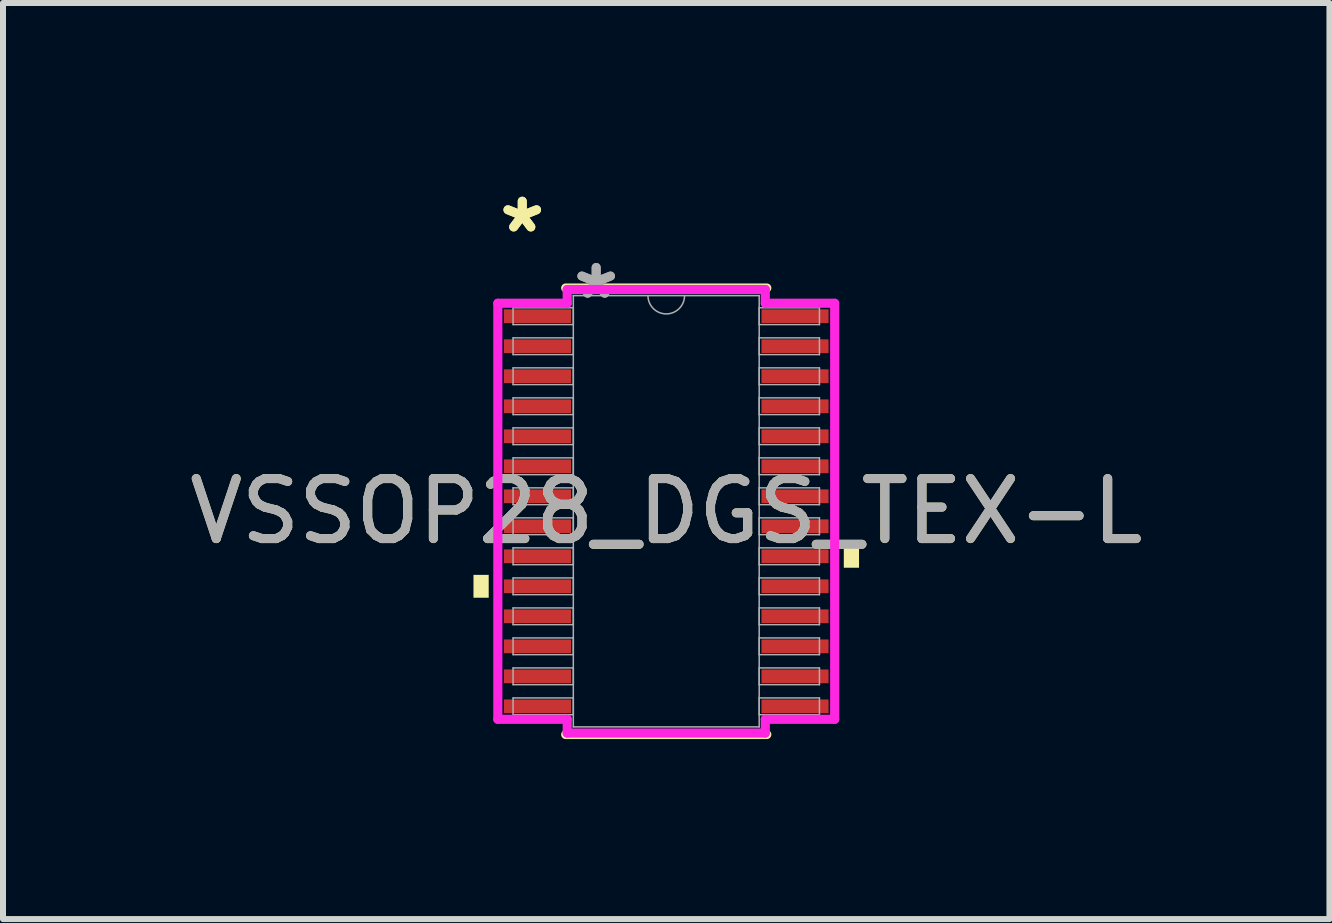
<source format=kicad_pcb>
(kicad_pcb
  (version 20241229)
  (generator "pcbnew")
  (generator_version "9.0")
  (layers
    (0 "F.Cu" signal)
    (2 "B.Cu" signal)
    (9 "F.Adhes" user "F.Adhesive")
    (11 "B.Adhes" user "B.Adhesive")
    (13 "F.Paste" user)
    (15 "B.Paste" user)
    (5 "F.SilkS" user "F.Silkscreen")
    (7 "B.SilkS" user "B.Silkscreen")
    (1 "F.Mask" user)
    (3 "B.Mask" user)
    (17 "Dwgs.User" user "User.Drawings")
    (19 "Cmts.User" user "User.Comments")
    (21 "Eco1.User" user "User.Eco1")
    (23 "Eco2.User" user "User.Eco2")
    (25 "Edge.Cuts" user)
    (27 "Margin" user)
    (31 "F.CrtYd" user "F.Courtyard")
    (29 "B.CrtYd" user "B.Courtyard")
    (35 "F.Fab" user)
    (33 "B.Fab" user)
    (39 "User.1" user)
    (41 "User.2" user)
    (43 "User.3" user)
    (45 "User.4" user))
  (footprint "VSSOP28_DGS_TEX-L"
    (layer "F.Cu")
    (at 8.054 5.471)
    (property "Reference" "VSSOP28_DGS_TEX-L" (at 0 0 0) (unlocked yes) (layer "F.SilkS") (effects (font (size 1 1) (thickness 0.15))))
    (attr smd)
    (fp_line (start -1.676 3.721) (end 1.676 3.721) (stroke (width 0.152) (type solid)) (layer "F.SilkS"))
    (fp_line (start 1.676 -3.721) (end -1.676 -3.721) (stroke (width 0.152) (type solid)) (layer "F.SilkS"))
    (fp_poly (pts (xy -3.213 1.06) (xy -3.213 1.441) (xy -2.959 1.441) (xy -2.959 1.06)) (stroke (width 0) (type solid)) (fill yes) (layer "F.SilkS"))
    (fp_poly (pts (xy 3.213 0.56) (xy 3.213 0.941) (xy 2.959 0.941) (xy 2.959 0.56)) (stroke (width 0) (type solid)) (fill yes) (layer "F.SilkS"))
    (fp_line (start -2.807 -3.467) (end -1.651 -3.467) (stroke (width 0.152) (type solid)) (layer "F.CrtYd"))
    (fp_line (start -2.807 3.467) (end -2.807 -3.467) (stroke (width 0.152) (type solid)) (layer "F.CrtYd"))
    (fp_line (start -2.807 3.467) (end -1.651 3.467) (stroke (width 0.152) (type solid)) (layer "F.CrtYd"))
    (fp_line (start -1.651 -3.696) (end 1.651 -3.696) (stroke (width 0.152) (type solid)) (layer "F.CrtYd"))
    (fp_line (start -1.651 -3.467) (end -1.651 -3.696) (stroke (width 0.152) (type solid)) (layer "F.CrtYd"))
    (fp_line (start -1.651 3.696) (end -1.651 3.467) (stroke (width 0.152) (type solid)) (layer "F.CrtYd"))
    (fp_line (start 1.651 -3.696) (end 1.651 -3.467) (stroke (width 0.152) (type solid)) (layer "F.CrtYd"))
    (fp_line (start 1.651 3.467) (end 1.651 3.696) (stroke (width 0.152) (type solid)) (layer "F.CrtYd"))
    (fp_line (start 1.651 3.696) (end -1.651 3.696) (stroke (width 0.152) (type solid)) (layer "F.CrtYd"))
    (fp_line (start 2.807 -3.467) (end 1.651 -3.467) (stroke (width 0.152) (type solid)) (layer "F.CrtYd"))
    (fp_line (start 2.807 -3.467) (end 2.807 3.467) (stroke (width 0.152) (type solid)) (layer "F.CrtYd"))
    (fp_line (start 2.807 3.467) (end 1.651 3.467) (stroke (width 0.152) (type solid)) (layer "F.CrtYd"))
    (fp_line (start -2.553 -3.391) (end -2.553 -3.111) (stroke (width 0.025) (type solid)) (layer "F.Fab"))
    (fp_line (start -2.553 -3.111) (end -1.549 -3.111) (stroke (width 0.025) (type solid)) (layer "F.Fab"))
    (fp_line (start -2.553 -2.89) (end -2.553 -2.611) (stroke (width 0.025) (type solid)) (layer "F.Fab"))
    (fp_line (start -2.553 -2.611) (end -1.549 -2.611) (stroke (width 0.025) (type solid)) (layer "F.Fab"))
    (fp_line (start -2.553 -2.39) (end -2.553 -2.111) (stroke (width 0.025) (type solid)) (layer "F.Fab"))
    (fp_line (start -2.553 -2.111) (end -1.549 -2.111) (stroke (width 0.025) (type solid)) (layer "F.Fab"))
    (fp_line (start -2.553 -1.89) (end -2.553 -1.611) (stroke (width 0.025) (type solid)) (layer "F.Fab"))
    (fp_line (start -2.553 -1.611) (end -1.549 -1.611) (stroke (width 0.025) (type solid)) (layer "F.Fab"))
    (fp_line (start -2.553 -1.39) (end -2.553 -1.111) (stroke (width 0.025) (type solid)) (layer "F.Fab"))
    (fp_line (start -2.553 -1.111) (end -1.549 -1.111) (stroke (width 0.025) (type solid)) (layer "F.Fab"))
    (fp_line (start -2.553 -0.89) (end -2.553 -0.61) (stroke (width 0.025) (type solid)) (layer "F.Fab"))
    (fp_line (start -2.553 -0.61) (end -1.549 -0.61) (stroke (width 0.025) (type solid)) (layer "F.Fab"))
    (fp_line (start -2.553 -0.39) (end -2.553 -0.11) (stroke (width 0.025) (type solid)) (layer "F.Fab"))
    (fp_line (start -2.553 -0.11) (end -1.549 -0.11) (stroke (width 0.025) (type solid)) (layer "F.Fab"))
    (fp_line (start -2.553 0.11) (end -2.553 0.39) (stroke (width 0.025) (type solid)) (layer "F.Fab"))
    (fp_line (start -2.553 0.39) (end -1.549 0.39) (stroke (width 0.025) (type solid)) (layer "F.Fab"))
    (fp_line (start -2.553 0.61) (end -2.553 0.89) (stroke (width 0.025) (type solid)) (layer "F.Fab"))
    (fp_line (start -2.553 0.89) (end -1.549 0.89) (stroke (width 0.025) (type solid)) (layer "F.Fab"))
    (fp_line (start -2.553 1.111) (end -2.553 1.39) (stroke (width 0.025) (type solid)) (layer "F.Fab"))
    (fp_line (start -2.553 1.39) (end -1.549 1.39) (stroke (width 0.025) (type solid)) (layer "F.Fab"))
    (fp_line (start -2.553 1.611) (end -2.553 1.89) (stroke (width 0.025) (type solid)) (layer "F.Fab"))
    (fp_line (start -2.553 1.89) (end -1.549 1.89) (stroke (width 0.025) (type solid)) (layer "F.Fab"))
    (fp_line (start -2.553 2.111) (end -2.553 2.39) (stroke (width 0.025) (type solid)) (layer "F.Fab"))
    (fp_line (start -2.553 2.39) (end -1.549 2.39) (stroke (width 0.025) (type solid)) (layer "F.Fab"))
    (fp_line (start -2.553 2.611) (end -2.553 2.89) (stroke (width 0.025) (type solid)) (layer "F.Fab"))
    (fp_line (start -2.553 2.89) (end -1.549 2.89) (stroke (width 0.025) (type solid)) (layer "F.Fab"))
    (fp_line (start -2.553 3.111) (end -2.553 3.391) (stroke (width 0.025) (type solid)) (layer "F.Fab"))
    (fp_line (start -2.553 3.391) (end -1.549 3.391) (stroke (width 0.025) (type solid)) (layer "F.Fab"))
    (fp_line (start -1.549 -3.594) (end -1.549 3.594) (stroke (width 0.025) (type solid)) (layer "F.Fab"))
    (fp_line (start -1.549 -3.391) (end -2.553 -3.391) (stroke (width 0.025) (type solid)) (layer "F.Fab"))
    (fp_line (start -1.549 -3.111) (end -1.549 -3.391) (stroke (width 0.025) (type solid)) (layer "F.Fab"))
    (fp_line (start -1.549 -2.89) (end -2.553 -2.89) (stroke (width 0.025) (type solid)) (layer "F.Fab"))
    (fp_line (start -1.549 -2.611) (end -1.549 -2.89) (stroke (width 0.025) (type solid)) (layer "F.Fab"))
    (fp_line (start -1.549 -2.39) (end -2.553 -2.39) (stroke (width 0.025) (type solid)) (layer "F.Fab"))
    (fp_line (start -1.549 -2.111) (end -1.549 -2.39) (stroke (width 0.025) (type solid)) (layer "F.Fab"))
    (fp_line (start -1.549 -1.89) (end -2.553 -1.89) (stroke (width 0.025) (type solid)) (layer "F.Fab"))
    (fp_line (start -1.549 -1.611) (end -1.549 -1.89) (stroke (width 0.025) (type solid)) (layer "F.Fab"))
    (fp_line (start -1.549 -1.39) (end -2.553 -1.39) (stroke (width 0.025) (type solid)) (layer "F.Fab"))
    (fp_line (start -1.549 -1.111) (end -1.549 -1.39) (stroke (width 0.025) (type solid)) (layer "F.Fab"))
    (fp_line (start -1.549 -0.89) (end -2.553 -0.89) (stroke (width 0.025) (type solid)) (layer "F.Fab"))
    (fp_line (start -1.549 -0.61) (end -1.549 -0.89) (stroke (width 0.025) (type solid)) (layer "F.Fab"))
    (fp_line (start -1.549 -0.39) (end -2.553 -0.39) (stroke (width 0.025) (type solid)) (layer "F.Fab"))
    (fp_line (start -1.549 -0.11) (end -1.549 -0.39) (stroke (width 0.025) (type solid)) (layer "F.Fab"))
    (fp_line (start -1.549 0.11) (end -2.553 0.11) (stroke (width 0.025) (type solid)) (layer "F.Fab"))
    (fp_line (start -1.549 0.39) (end -1.549 0.11) (stroke (width 0.025) (type solid)) (layer "F.Fab"))
    (fp_line (start -1.549 0.61) (end -2.553 0.61) (stroke (width 0.025) (type solid)) (layer "F.Fab"))
    (fp_line (start -1.549 0.89) (end -1.549 0.61) (stroke (width 0.025) (type solid)) (layer "F.Fab"))
    (fp_line (start -1.549 1.111) (end -2.553 1.111) (stroke (width 0.025) (type solid)) (layer "F.Fab"))
    (fp_line (start -1.549 1.39) (end -1.549 1.111) (stroke (width 0.025) (type solid)) (layer "F.Fab"))
    (fp_line (start -1.549 1.611) (end -2.553 1.611) (stroke (width 0.025) (type solid)) (layer "F.Fab"))
    (fp_line (start -1.549 1.89) (end -1.549 1.611) (stroke (width 0.025) (type solid)) (layer "F.Fab"))
    (fp_line (start -1.549 2.111) (end -2.553 2.111) (stroke (width 0.025) (type solid)) (layer "F.Fab"))
    (fp_line (start -1.549 2.39) (end -1.549 2.111) (stroke (width 0.025) (type solid)) (layer "F.Fab"))
    (fp_line (start -1.549 2.611) (end -2.553 2.611) (stroke (width 0.025) (type solid)) (layer "F.Fab"))
    (fp_line (start -1.549 2.89) (end -1.549 2.611) (stroke (width 0.025) (type solid)) (layer "F.Fab"))
    (fp_line (start -1.549 3.111) (end -2.553 3.111) (stroke (width 0.025) (type solid)) (layer "F.Fab"))
    (fp_line (start -1.549 3.391) (end -1.549 3.111) (stroke (width 0.025) (type solid)) (layer "F.Fab"))
    (fp_line (start -1.549 3.594) (end 1.549 3.594) (stroke (width 0.025) (type solid)) (layer "F.Fab"))
    (fp_line (start 1.549 -3.594) (end -1.549 -3.594) (stroke (width 0.025) (type solid)) (layer "F.Fab"))
    (fp_line (start 1.549 -3.391) (end 1.549 -3.111) (stroke (width 0.025) (type solid)) (layer "F.Fab"))
    (fp_line (start 1.549 -3.111) (end 2.553 -3.111) (stroke (width 0.025) (type solid)) (layer "F.Fab"))
    (fp_line (start 1.549 -2.89) (end 1.549 -2.611) (stroke (width 0.025) (type solid)) (layer "F.Fab"))
    (fp_line (start 1.549 -2.611) (end 2.553 -2.611) (stroke (width 0.025) (type solid)) (layer "F.Fab"))
    (fp_line (start 1.549 -2.39) (end 1.549 -2.111) (stroke (width 0.025) (type solid)) (layer "F.Fab"))
    (fp_line (start 1.549 -2.111) (end 2.553 -2.111) (stroke (width 0.025) (type solid)) (layer "F.Fab"))
    (fp_line (start 1.549 -1.89) (end 1.549 -1.611) (stroke (width 0.025) (type solid)) (layer "F.Fab"))
    (fp_line (start 1.549 -1.611) (end 2.553 -1.611) (stroke (width 0.025) (type solid)) (layer "F.Fab"))
    (fp_line (start 1.549 -1.39) (end 1.549 -1.111) (stroke (width 0.025) (type solid)) (layer "F.Fab"))
    (fp_line (start 1.549 -1.111) (end 2.553 -1.111) (stroke (width 0.025) (type solid)) (layer "F.Fab"))
    (fp_line (start 1.549 -0.89) (end 1.549 -0.61) (stroke (width 0.025) (type solid)) (layer "F.Fab"))
    (fp_line (start 1.549 -0.61) (end 2.553 -0.61) (stroke (width 0.025) (type solid)) (layer "F.Fab"))
    (fp_line (start 1.549 -0.39) (end 1.549 -0.11) (stroke (width 0.025) (type solid)) (layer "F.Fab"))
    (fp_line (start 1.549 -0.11) (end 2.553 -0.11) (stroke (width 0.025) (type solid)) (layer "F.Fab"))
    (fp_line (start 1.549 0.11) (end 1.549 0.39) (stroke (width 0.025) (type solid)) (layer "F.Fab"))
    (fp_line (start 1.549 0.39) (end 2.553 0.39) (stroke (width 0.025) (type solid)) (layer "F.Fab"))
    (fp_line (start 1.549 0.61) (end 1.549 0.89) (stroke (width 0.025) (type solid)) (layer "F.Fab"))
    (fp_line (start 1.549 0.89) (end 2.553 0.89) (stroke (width 0.025) (type solid)) (layer "F.Fab"))
    (fp_line (start 1.549 1.111) (end 1.549 1.39) (stroke (width 0.025) (type solid)) (layer "F.Fab"))
    (fp_line (start 1.549 1.39) (end 2.553 1.39) (stroke (width 0.025) (type solid)) (layer "F.Fab"))
    (fp_line (start 1.549 1.611) (end 1.549 1.89) (stroke (width 0.025) (type solid)) (layer "F.Fab"))
    (fp_line (start 1.549 1.89) (end 2.553 1.89) (stroke (width 0.025) (type solid)) (layer "F.Fab"))
    (fp_line (start 1.549 2.111) (end 1.549 2.39) (stroke (width 0.025) (type solid)) (layer "F.Fab"))
    (fp_line (start 1.549 2.39) (end 2.553 2.39) (stroke (width 0.025) (type solid)) (layer "F.Fab"))
    (fp_line (start 1.549 2.611) (end 1.549 2.89) (stroke (width 0.025) (type solid)) (layer "F.Fab"))
    (fp_line (start 1.549 2.89) (end 2.553 2.89) (stroke (width 0.025) (type solid)) (layer "F.Fab"))
    (fp_line (start 1.549 3.111) (end 1.549 3.391) (stroke (width 0.025) (type solid)) (layer "F.Fab"))
    (fp_line (start 1.549 3.391) (end 2.553 3.391) (stroke (width 0.025) (type solid)) (layer "F.Fab"))
    (fp_line (start 1.549 3.594) (end 1.549 -3.594) (stroke (width 0.025) (type solid)) (layer "F.Fab"))
    (fp_line (start 2.553 -3.391) (end 1.549 -3.391) (stroke (width 0.025) (type solid)) (layer "F.Fab"))
    (fp_line (start 2.553 -3.111) (end 2.553 -3.391) (stroke (width 0.025) (type solid)) (layer "F.Fab"))
    (fp_line (start 2.553 -2.89) (end 1.549 -2.89) (stroke (width 0.025) (type solid)) (layer "F.Fab"))
    (fp_line (start 2.553 -2.611) (end 2.553 -2.89) (stroke (width 0.025) (type solid)) (layer "F.Fab"))
    (fp_line (start 2.553 -2.39) (end 1.549 -2.39) (stroke (width 0.025) (type solid)) (layer "F.Fab"))
    (fp_line (start 2.553 -2.111) (end 2.553 -2.39) (stroke (width 0.025) (type solid)) (layer "F.Fab"))
    (fp_line (start 2.553 -1.89) (end 1.549 -1.89) (stroke (width 0.025) (type solid)) (layer "F.Fab"))
    (fp_line (start 2.553 -1.611) (end 2.553 -1.89) (stroke (width 0.025) (type solid)) (layer "F.Fab"))
    (fp_line (start 2.553 -1.39) (end 1.549 -1.39) (stroke (width 0.025) (type solid)) (layer "F.Fab"))
    (fp_line (start 2.553 -1.111) (end 2.553 -1.39) (stroke (width 0.025) (type solid)) (layer "F.Fab"))
    (fp_line (start 2.553 -0.89) (end 1.549 -0.89) (stroke (width 0.025) (type solid)) (layer "F.Fab"))
    (fp_line (start 2.553 -0.61) (end 2.553 -0.89) (stroke (width 0.025) (type solid)) (layer "F.Fab"))
    (fp_line (start 2.553 -0.39) (end 1.549 -0.39) (stroke (width 0.025) (type solid)) (layer "F.Fab"))
    (fp_line (start 2.553 -0.11) (end 2.553 -0.39) (stroke (width 0.025) (type solid)) (layer "F.Fab"))
    (fp_line (start 2.553 0.11) (end 1.549 0.11) (stroke (width 0.025) (type solid)) (layer "F.Fab"))
    (fp_line (start 2.553 0.39) (end 2.553 0.11) (stroke (width 0.025) (type solid)) (layer "F.Fab"))
    (fp_line (start 2.553 0.61) (end 1.549 0.61) (stroke (width 0.025) (type solid)) (layer "F.Fab"))
    (fp_line (start 2.553 0.89) (end 2.553 0.61) (stroke (width 0.025) (type solid)) (layer "F.Fab"))
    (fp_line (start 2.553 1.111) (end 1.549 1.111) (stroke (width 0.025) (type solid)) (layer "F.Fab"))
    (fp_line (start 2.553 1.39) (end 2.553 1.111) (stroke (width 0.025) (type solid)) (layer "F.Fab"))
    (fp_line (start 2.553 1.611) (end 1.549 1.611) (stroke (width 0.025) (type solid)) (layer "F.Fab"))
    (fp_line (start 2.553 1.89) (end 2.553 1.611) (stroke (width 0.025) (type solid)) (layer "F.Fab"))
    (fp_line (start 2.553 2.111) (end 1.549 2.111) (stroke (width 0.025) (type solid)) (layer "F.Fab"))
    (fp_line (start 2.553 2.39) (end 2.553 2.111) (stroke (width 0.025) (type solid)) (layer "F.Fab"))
    (fp_line (start 2.553 2.611) (end 1.549 2.611) (stroke (width 0.025) (type solid)) (layer "F.Fab"))
    (fp_line (start 2.553 2.89) (end 2.553 2.611) (stroke (width 0.025) (type solid)) (layer "F.Fab"))
    (fp_line (start 2.553 3.111) (end 1.549 3.111) (stroke (width 0.025) (type solid)) (layer "F.Fab"))
    (fp_line (start 2.553 3.391) (end 2.553 3.111) (stroke (width 0.025) (type solid)) (layer "F.Fab"))
    (fp_arc (start 0.3048 -3.5941) (mid 0 -3.2893) (end -0.3048 -3.5941) (stroke (width 0.0254) (type solid)) (layer "F.Fab"))
    (fp_text user "*" (at -2.4 -4.622 0) (layer "F.SilkS") (effects (font (size 1 1) (thickness 0.15))))
    (fp_text user "*" (at -2.4 -4.622 0) (unlocked yes) (layer "F.SilkS") (effects (font (size 1 1) (thickness 0.15))))
    (fp_text user "*" (at -1.168 -3.518 0) (unlocked yes) (layer "F.Fab") (effects (font (size 1 1) (thickness 0.15))))
    (fp_text user "${REFERENCE}" (at 0 0 0) (unlocked yes) (layer "F.Fab") (effects (font (size 1 1) (thickness 0.15))))
    (fp_text user "*" (at -1.168 -3.518 0) (layer "F.Fab") (effects (font (size 1 1) (thickness 0.15))))
    (pad "1" smd rect (at -2.146 -3.251) (size 1.118 0.229) (layers "F.Cu" "F.Mask" "F.Paste"))
    (pad "2" smd rect (at -2.146 -2.751) (size 1.118 0.229) (layers "F.Cu" "F.Mask" "F.Paste"))
    (pad "3" smd rect (at -2.146 -2.251) (size 1.118 0.229) (layers "F.Cu" "F.Mask" "F.Paste"))
    (pad "4" smd rect (at -2.146 -1.75) (size 1.118 0.229) (layers "F.Cu" "F.Mask" "F.Paste"))
    (pad "5" smd rect (at -2.146 -1.25) (size 1.118 0.229) (layers "F.Cu" "F.Mask" "F.Paste"))
    (pad "6" smd rect (at -2.146 -0.75) (size 1.118 0.229) (layers "F.Cu" "F.Mask" "F.Paste"))
    (pad "7" smd rect (at -2.146 -0.25) (size 1.118 0.229) (layers "F.Cu" "F.Mask" "F.Paste"))
    (pad "8" smd rect (at -2.146 0.25) (size 1.118 0.229) (layers "F.Cu" "F.Mask" "F.Paste"))
    (pad "9" smd rect (at -2.146 0.75) (size 1.118 0.229) (layers "F.Cu" "F.Mask" "F.Paste"))
    (pad "10" smd rect (at -2.146 1.25) (size 1.118 0.229) (layers "F.Cu" "F.Mask" "F.Paste"))
    (pad "11" smd rect (at -2.146 1.75) (size 1.118 0.229) (layers "F.Cu" "F.Mask" "F.Paste"))
    (pad "12" smd rect (at -2.146 2.251) (size 1.118 0.229) (layers "F.Cu" "F.Mask" "F.Paste"))
    (pad "13" smd rect (at -2.146 2.751) (size 1.118 0.229) (layers "F.Cu" "F.Mask" "F.Paste"))
    (pad "14" smd rect (at -2.146 3.251) (size 1.118 0.229) (layers "F.Cu" "F.Mask" "F.Paste"))
    (pad "15" smd rect (at 2.146 3.251) (size 1.118 0.229) (layers "F.Cu" "F.Mask" "F.Paste"))
    (pad "16" smd rect (at 2.146 2.751) (size 1.118 0.229) (layers "F.Cu" "F.Mask" "F.Paste"))
    (pad "17" smd rect (at 2.146 2.251) (size 1.118 0.229) (layers "F.Cu" "F.Mask" "F.Paste"))
    (pad "18" smd rect (at 2.146 1.75) (size 1.118 0.229) (layers "F.Cu" "F.Mask" "F.Paste"))
    (pad "19" smd rect (at 2.146 1.25) (size 1.118 0.229) (layers "F.Cu" "F.Mask" "F.Paste"))
    (pad "20" smd rect (at 2.146 0.75) (size 1.118 0.229) (layers "F.Cu" "F.Mask" "F.Paste"))
    (pad "21" smd rect (at 2.146 0.25) (size 1.118 0.229) (layers "F.Cu" "F.Mask" "F.Paste"))
    (pad "22" smd rect (at 2.146 -0.25) (size 1.118 0.229) (layers "F.Cu" "F.Mask" "F.Paste"))
    (pad "23" smd rect (at 2.146 -0.75) (size 1.118 0.229) (layers "F.Cu" "F.Mask" "F.Paste"))
    (pad "24" smd rect (at 2.146 -1.25) (size 1.118 0.229) (layers "F.Cu" "F.Mask" "F.Paste"))
    (pad "25" smd rect (at 2.146 -1.75) (size 1.118 0.229) (layers "F.Cu" "F.Mask" "F.Paste"))
    (pad "26" smd rect (at 2.146 -2.251) (size 1.118 0.229) (layers "F.Cu" "F.Mask" "F.Paste"))
    (pad "27" smd rect (at 2.146 -2.751) (size 1.118 0.229) (layers "F.Cu" "F.Mask" "F.Paste"))
    (pad "28" smd rect (at 2.146 -3.251) (size 1.118 0.229) (layers "F.Cu" "F.Mask" "F.Paste")))
  (gr_rect
    (start -3 -3)
    (end 19.107 12.268)
    (stroke (width 0.1) (type default))
    (fill no)
    (layer "Edge.Cuts")))
</source>
